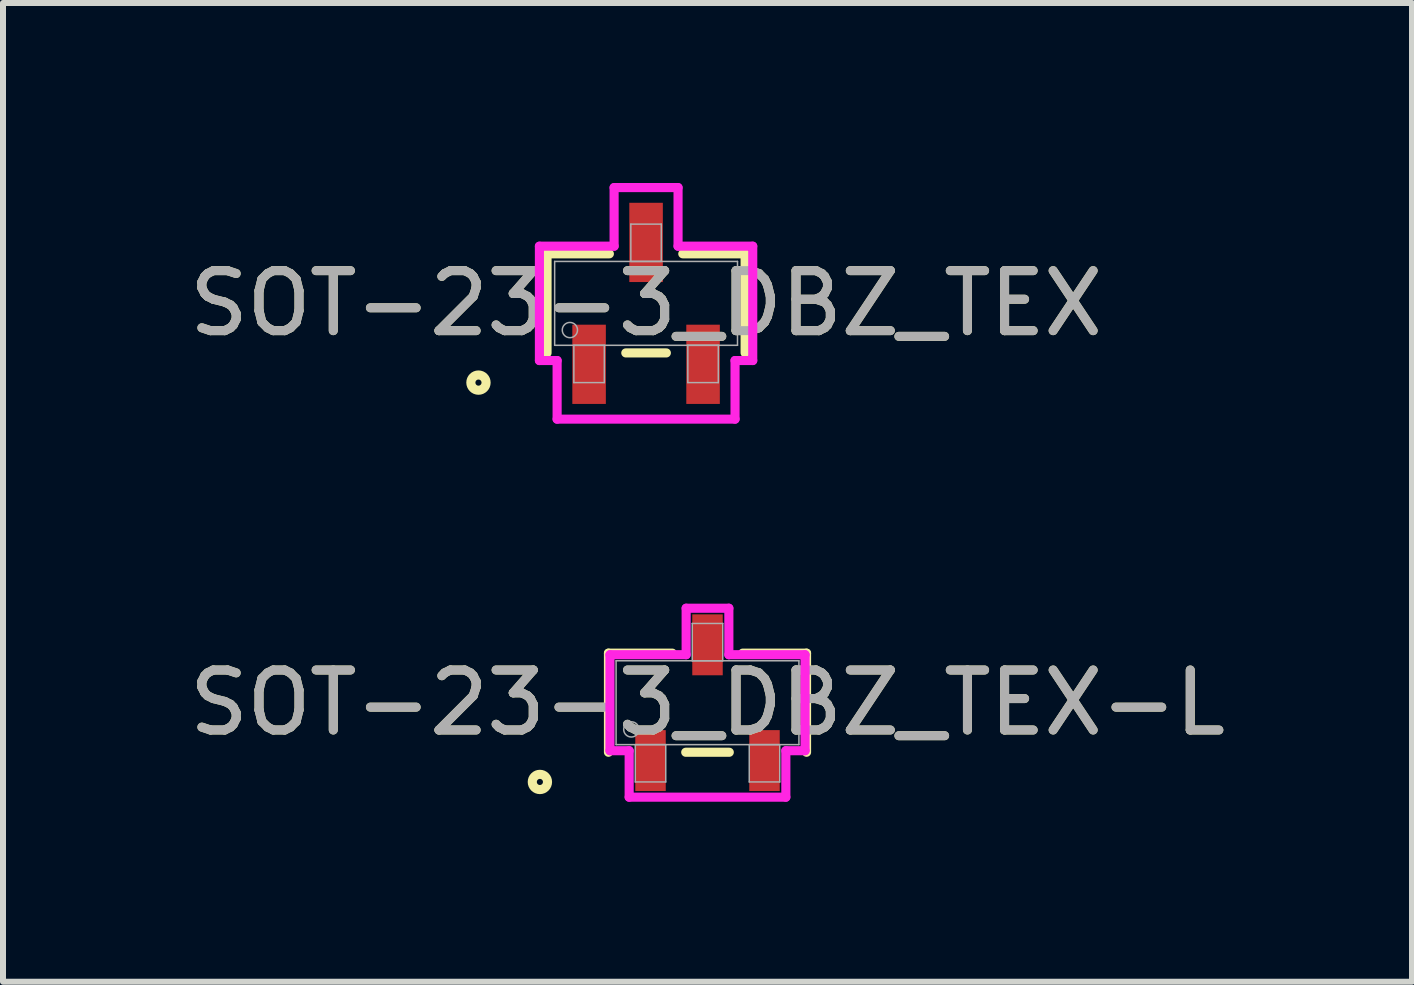
<source format=kicad_pcb>
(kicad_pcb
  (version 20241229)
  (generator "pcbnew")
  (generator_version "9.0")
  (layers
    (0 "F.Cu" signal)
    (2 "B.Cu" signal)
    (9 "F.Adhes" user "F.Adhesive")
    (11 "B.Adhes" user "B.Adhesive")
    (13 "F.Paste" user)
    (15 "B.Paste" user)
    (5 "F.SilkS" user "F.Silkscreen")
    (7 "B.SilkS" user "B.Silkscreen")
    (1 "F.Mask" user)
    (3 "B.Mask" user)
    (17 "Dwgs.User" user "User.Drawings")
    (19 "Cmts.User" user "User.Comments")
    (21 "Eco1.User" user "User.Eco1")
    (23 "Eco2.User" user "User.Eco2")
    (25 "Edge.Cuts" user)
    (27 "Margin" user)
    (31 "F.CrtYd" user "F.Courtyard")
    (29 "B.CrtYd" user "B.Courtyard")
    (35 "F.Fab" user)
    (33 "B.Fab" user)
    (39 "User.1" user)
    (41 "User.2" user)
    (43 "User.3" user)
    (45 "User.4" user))
  (footprint "SOT-23-3_DBZ_TEX"
    (layer "F.Cu")
    (at 7.72 2.007)
    (property "Reference" "SOT-23-3_DBZ_TEX" (at 0 0 0) (unlocked yes) (layer "F.SilkS") (effects (font (size 1 1) (thickness 0.15))))
    (attr smd)
    (fp_line (start -1.651 -0.826) (end -1.651 0.826) (stroke (width 0.152) (type solid)) (layer "F.SilkS"))
    (fp_line (start -0.612 -0.826) (end -1.651 -0.826) (stroke (width 0.152) (type solid)) (layer "F.SilkS"))
    (fp_line (start -0.338 0.826) (end 0.338 0.826) (stroke (width 0.152) (type solid)) (layer "F.SilkS"))
    (fp_line (start 1.651 -0.826) (end 0.612 -0.826) (stroke (width 0.152) (type solid)) (layer "F.SilkS"))
    (fp_line (start 1.651 0.826) (end 1.651 -0.826) (stroke (width 0.152) (type solid)) (layer "F.SilkS"))
    (fp_circle (center -2.794 1.321) (end -2.667 1.321) (stroke (width 0.152) (type solid)) (fill no) (layer "F.SilkS"))
    (fp_line (start -1.778 -0.953) (end -0.533 -0.953) (stroke (width 0.152) (type solid)) (layer "F.CrtYd"))
    (fp_line (start -1.778 0.953) (end -1.778 -0.953) (stroke (width 0.152) (type solid)) (layer "F.CrtYd"))
    (fp_line (start -1.778 0.953) (end -1.483 0.953) (stroke (width 0.152) (type solid)) (layer "F.CrtYd"))
    (fp_line (start -1.483 0.953) (end -1.483 1.93) (stroke (width 0.152) (type solid)) (layer "F.CrtYd"))
    (fp_line (start -1.483 1.93) (end 1.483 1.93) (stroke (width 0.152) (type solid)) (layer "F.CrtYd"))
    (fp_line (start -0.533 -1.93) (end 0.533 -1.93) (stroke (width 0.152) (type solid)) (layer "F.CrtYd"))
    (fp_line (start -0.533 -0.953) (end -0.533 -1.93) (stroke (width 0.152) (type solid)) (layer "F.CrtYd"))
    (fp_line (start 0.533 -0.953) (end 0.533 -1.93) (stroke (width 0.152) (type solid)) (layer "F.CrtYd"))
    (fp_line (start 1.483 0.953) (end 1.483 1.93) (stroke (width 0.152) (type solid)) (layer "F.CrtYd"))
    (fp_line (start 1.778 -0.953) (end 0.533 -0.953) (stroke (width 0.152) (type solid)) (layer "F.CrtYd"))
    (fp_line (start 1.778 -0.953) (end 1.778 0.953) (stroke (width 0.152) (type solid)) (layer "F.CrtYd"))
    (fp_line (start 1.778 0.953) (end 1.483 0.953) (stroke (width 0.152) (type solid)) (layer "F.CrtYd"))
    (fp_line (start -1.524 -0.699) (end -1.524 0.699) (stroke (width 0.025) (type solid)) (layer "F.Fab"))
    (fp_line (start -1.524 0.699) (end 1.524 0.699) (stroke (width 0.025) (type solid)) (layer "F.Fab"))
    (fp_line (start -1.204 0.699) (end -1.204 1.321) (stroke (width 0.025) (type solid)) (layer "F.Fab"))
    (fp_line (start -1.204 1.321) (end -0.696 1.321) (stroke (width 0.025) (type solid)) (layer "F.Fab"))
    (fp_line (start -0.696 0.699) (end -1.204 0.699) (stroke (width 0.025) (type solid)) (layer "F.Fab"))
    (fp_line (start -0.696 1.321) (end -0.696 0.699) (stroke (width 0.025) (type solid)) (layer "F.Fab"))
    (fp_line (start -0.254 -1.321) (end -0.254 -0.699) (stroke (width 0.025) (type solid)) (layer "F.Fab"))
    (fp_line (start -0.254 -0.699) (end 0.254 -0.699) (stroke (width 0.025) (type solid)) (layer "F.Fab"))
    (fp_line (start 0.254 -1.321) (end -0.254 -1.321) (stroke (width 0.025) (type solid)) (layer "F.Fab"))
    (fp_line (start 0.254 -0.699) (end 0.254 -1.321) (stroke (width 0.025) (type solid)) (layer "F.Fab"))
    (fp_line (start 0.696 0.699) (end 0.696 1.321) (stroke (width 0.025) (type solid)) (layer "F.Fab"))
    (fp_line (start 0.696 1.321) (end 1.204 1.321) (stroke (width 0.025) (type solid)) (layer "F.Fab"))
    (fp_line (start 1.204 0.699) (end 0.696 0.699) (stroke (width 0.025) (type solid)) (layer "F.Fab"))
    (fp_line (start 1.204 1.321) (end 1.204 0.699) (stroke (width 0.025) (type solid)) (layer "F.Fab"))
    (fp_line (start 1.524 -0.699) (end -1.524 -0.699) (stroke (width 0.025) (type solid)) (layer "F.Fab"))
    (fp_line (start 1.524 0.699) (end 1.524 -0.699) (stroke (width 0.025) (type solid)) (layer "F.Fab"))
    (fp_circle (center -1.27 0.445) (end -1.143 0.445) (stroke (width 0.025) (type solid)) (fill no) (layer "F.Fab"))
    (fp_text user "${REFERENCE}" (at 0 0 0) (unlocked yes) (layer "F.Fab") (effects (font (size 1 1) (thickness 0.15))))
    (pad "1" smd rect (at -0.95 1.016) (size 0.559 1.321) (layers "F.Cu" "F.Mask" "F.Paste"))
    (pad "2" smd rect (at 0.95 1.016) (size 0.559 1.321) (layers "F.Cu" "F.Mask" "F.Paste"))
    (pad "3" smd rect (at 0 -1.016) (size 0.559 1.321) (layers "F.Cu" "F.Mask" "F.Paste")))
  (footprint "SOT-23-3_DBZ_TEX-L"
    (layer "F.Cu")
    (at 8.744 8.664)
    (property "Reference" "SOT-23-3_DBZ_TEX-L" (at 0 0 0) (unlocked yes) (layer "F.SilkS") (effects (font (size 1 1) (thickness 0.15))))
    (attr smd)
    (fp_line (start -1.651 -0.826) (end -1.651 0.826) (stroke (width 0.152) (type solid)) (layer "F.SilkS"))
    (fp_line (start -0.587 -0.826) (end -1.651 -0.826) (stroke (width 0.152) (type solid)) (layer "F.SilkS"))
    (fp_line (start -0.363 0.826) (end 0.363 0.826) (stroke (width 0.152) (type solid)) (layer "F.SilkS"))
    (fp_line (start 1.651 -0.826) (end 0.587 -0.826) (stroke (width 0.152) (type solid)) (layer "F.SilkS"))
    (fp_line (start 1.651 0.826) (end 1.651 -0.826) (stroke (width 0.152) (type solid)) (layer "F.SilkS"))
    (fp_circle (center -2.794 1.321) (end -2.667 1.321) (stroke (width 0.152) (type solid)) (fill no) (layer "F.SilkS"))
    (fp_line (start -1.626 -0.8) (end -0.356 -0.8) (stroke (width 0.152) (type solid)) (layer "F.CrtYd"))
    (fp_line (start -1.626 0.8) (end -1.626 -0.8) (stroke (width 0.152) (type solid)) (layer "F.CrtYd"))
    (fp_line (start -1.626 0.8) (end -1.306 0.8) (stroke (width 0.152) (type solid)) (layer "F.CrtYd"))
    (fp_line (start -1.306 0.8) (end -1.306 1.575) (stroke (width 0.152) (type solid)) (layer "F.CrtYd"))
    (fp_line (start -1.306 1.575) (end 1.306 1.575) (stroke (width 0.152) (type solid)) (layer "F.CrtYd"))
    (fp_line (start -0.356 -1.575) (end 0.356 -1.575) (stroke (width 0.152) (type solid)) (layer "F.CrtYd"))
    (fp_line (start -0.356 -0.8) (end -0.356 -1.575) (stroke (width 0.152) (type solid)) (layer "F.CrtYd"))
    (fp_line (start 0.356 -0.8) (end 0.356 -1.575) (stroke (width 0.152) (type solid)) (layer "F.CrtYd"))
    (fp_line (start 1.306 0.8) (end 1.306 1.575) (stroke (width 0.152) (type solid)) (layer "F.CrtYd"))
    (fp_line (start 1.626 -0.8) (end 0.356 -0.8) (stroke (width 0.152) (type solid)) (layer "F.CrtYd"))
    (fp_line (start 1.626 -0.8) (end 1.626 0.8) (stroke (width 0.152) (type solid)) (layer "F.CrtYd"))
    (fp_line (start 1.626 0.8) (end 1.306 0.8) (stroke (width 0.152) (type solid)) (layer "F.CrtYd"))
    (fp_line (start -1.524 -0.699) (end -1.524 0.699) (stroke (width 0.025) (type solid)) (layer "F.Fab"))
    (fp_line (start -1.524 0.699) (end 1.524 0.699) (stroke (width 0.025) (type solid)) (layer "F.Fab"))
    (fp_line (start -1.204 0.699) (end -1.204 1.321) (stroke (width 0.025) (type solid)) (layer "F.Fab"))
    (fp_line (start -1.204 1.321) (end -0.696 1.321) (stroke (width 0.025) (type solid)) (layer "F.Fab"))
    (fp_line (start -0.696 0.699) (end -1.204 0.699) (stroke (width 0.025) (type solid)) (layer "F.Fab"))
    (fp_line (start -0.696 1.321) (end -0.696 0.699) (stroke (width 0.025) (type solid)) (layer "F.Fab"))
    (fp_line (start -0.254 -1.321) (end -0.254 -0.699) (stroke (width 0.025) (type solid)) (layer "F.Fab"))
    (fp_line (start -0.254 -0.699) (end 0.254 -0.699) (stroke (width 0.025) (type solid)) (layer "F.Fab"))
    (fp_line (start 0.254 -1.321) (end -0.254 -1.321) (stroke (width 0.025) (type solid)) (layer "F.Fab"))
    (fp_line (start 0.254 -0.699) (end 0.254 -1.321) (stroke (width 0.025) (type solid)) (layer "F.Fab"))
    (fp_line (start 0.696 0.699) (end 0.696 1.321) (stroke (width 0.025) (type solid)) (layer "F.Fab"))
    (fp_line (start 0.696 1.321) (end 1.204 1.321) (stroke (width 0.025) (type solid)) (layer "F.Fab"))
    (fp_line (start 1.204 0.699) (end 0.696 0.699) (stroke (width 0.025) (type solid)) (layer "F.Fab"))
    (fp_line (start 1.204 1.321) (end 1.204 0.699) (stroke (width 0.025) (type solid)) (layer "F.Fab"))
    (fp_line (start 1.524 -0.699) (end -1.524 -0.699) (stroke (width 0.025) (type solid)) (layer "F.Fab"))
    (fp_line (start 1.524 0.699) (end 1.524 -0.699) (stroke (width 0.025) (type solid)) (layer "F.Fab"))
    (fp_circle (center -1.27 0.445) (end -1.143 0.445) (stroke (width 0.025) (type solid)) (fill no) (layer "F.Fab"))
    (fp_text user "${REFERENCE}" (at 0 0 0) (unlocked yes) (layer "F.Fab") (effects (font (size 1 1) (thickness 0.15))))
    (pad "1" smd rect (at -0.95 0.965) (size 0.508 1.016) (layers "F.Cu" "F.Mask" "F.Paste"))
    (pad "2" smd rect (at 0.95 0.965) (size 0.508 1.016) (layers "F.Cu" "F.Mask" "F.Paste"))
    (pad "3" smd rect (at 0 -0.965) (size 0.508 1.016) (layers "F.Cu" "F.Mask" "F.Paste")))
  (gr_rect
    (start -3 -3)
    (end 20.488 13.315)
    (stroke (width 0.1) (type default))
    (fill no)
    (layer "Edge.Cuts")))
</source>
